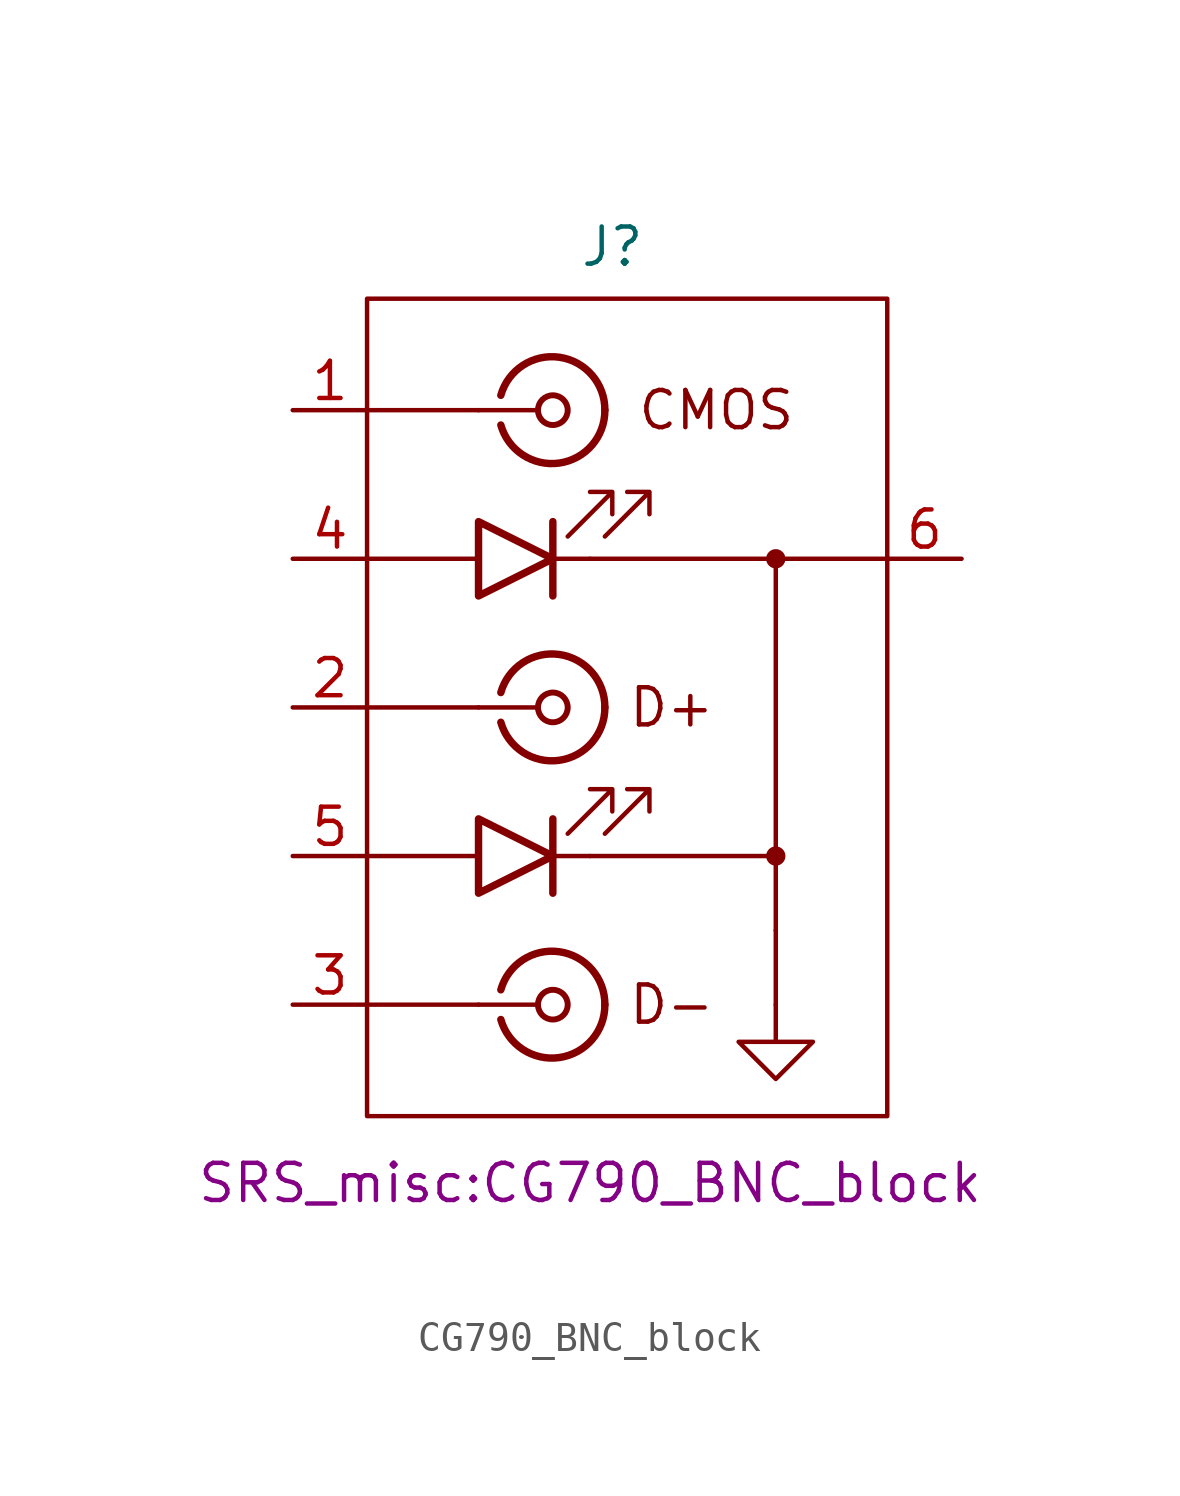
<source format=kicad_sym>
(kicad_symbol_lib
  (version 20231120)
  (generator "kicad_symbol_editor")
  (generator_version "8.0")
  (symbol "CG790_BNC_block"
    (property "Reference" "J"
      (at 17.272 -0.762 0)
      (effects (font (size 1.27 1.27))))
    (property "Value" ""
      (at 15.24 -6.35 0)
      (effects (font (size 1.27 1.27))))
    (property "Footprint" "SRS_misc:CG790_BNC_block"
      (at 16.51 -32.766 0)
      (effects (font (size 1.27 1.27))))
    (symbol "CG790_BNC_block_0_1"
      (polyline (pts (xy 12.7 -26.67) (xy 14.732 -26.67)) (stroke (width 0) (type default)) (fill (type none)))
      (polyline (pts (xy 12.7 -16.51) (xy 14.732 -16.51)) (stroke (width 0) (type default)) (fill (type none)))
      (polyline (pts (xy 12.7 -6.35) (xy 14.732 -6.35)) (stroke (width 0) (type default)) (fill (type none)))
      (polyline (pts (xy 15.24 -20.32) (xy 15.24 -22.86)) (stroke (width 0.254) (type default)) (fill (type none)))
      (polyline (pts (xy 15.24 -10.16) (xy 15.24 -12.7)) (stroke (width 0.254) (type default)) (fill (type none)))
      (polyline (pts (xy 16.51 -21.59) (xy 22.86 -21.59)) (stroke (width 0) (type default)) (fill (type none)))
      (polyline (pts (xy 16.51 -11.43) (xy 22.86 -11.43) (xy 22.86 -24.13)) (stroke (width 0) (type default)) (fill (type none)))
      (polyline (pts (xy 12.7 -20.32) (xy 12.7 -22.86) (xy 15.24 -21.59) (xy 12.7 -20.32)) (stroke (width 0.254) (type default)) (fill (type none)))
      (polyline (pts (xy 12.7 -10.16) (xy 12.7 -12.7) (xy 15.24 -11.43) (xy 12.7 -10.16)) (stroke (width 0.254) (type default)) (fill (type none)))
      (polyline (pts (xy 15.748 -20.828) (xy 17.272 -19.304) (xy 16.51 -19.304) (xy 17.272 -19.304) (xy 17.272 -20.066)) (stroke (width 0) (type default)) (fill (type none)))
      (polyline (pts (xy 15.748 -10.668) (xy 17.272 -9.144) (xy 16.51 -9.144) (xy 17.272 -9.144) (xy 17.272 -9.906)) (stroke (width 0) (type default)) (fill (type none)))
      (polyline (pts (xy 17.018 -20.828) (xy 18.542 -19.304) (xy 17.78 -19.304) (xy 18.542 -19.304) (xy 18.542 -20.066)) (stroke (width 0) (type default)) (fill (type none)))
      (polyline (pts (xy 17.018 -10.668) (xy 18.542 -9.144) (xy 17.78 -9.144) (xy 18.542 -9.144) (xy 18.542 -9.906)) (stroke (width 0) (type default)) (fill (type none)))
      (polyline (pts (xy 22.86 -26.67) (xy 22.86 -27.94) (xy 24.13 -27.94) (xy 22.86 -29.21) (xy 21.59 -27.94) (xy 22.86 -27.94)) (stroke (width 0) (type default)) (fill (type none)))
      (rectangle (start 8.89 -2.54) (end 26.67 -30.48) (stroke (width 0) (type default)) (fill (type none)))
      (arc (start 13.462 -27.178) (mid 15.462 -28.478) (end 17.018 -26.67) (stroke (width 0.254) (type default)) (fill (type none)))
      (arc (start 13.462 -17.018) (mid 15.462 -18.318) (end 17.018 -16.51) (stroke (width 0.254) (type default)) (fill (type none)))
      (arc (start 13.462 -6.858) (mid 15.462 -8.158) (end 17.018 -6.35) (stroke (width 0.254) (type default)) (fill (type none)))
      (circle (center 15.24 -26.67) (radius 0.508) (stroke (width 0.203) (type default)) (fill (type none)))
      (circle (center 15.24 -16.51) (radius 0.508) (stroke (width 0.203) (type default)) (fill (type none)))
      (circle (center 15.24 -6.35) (radius 0.508) (stroke (width 0.203) (type default)) (fill (type none)))
      (arc (start 17.018 -26.67) (mid 15.4621 -24.8617) (end 13.462 -26.162) (stroke (width 0.254) (type default)) (fill (type none)))
      (arc (start 17.018 -16.51) (mid 15.4621 -14.7017) (end 13.462 -16.002) (stroke (width 0.254) (type default)) (fill (type none)))
      (arc (start 17.018 -6.35) (mid 15.4621 -4.5417) (end 13.462 -5.842) (stroke (width 0.254) (type default)) (fill (type none))))
    (symbol "CG790_BNC_block_1_1"
      (polyline (pts (xy 12.7 -26.67) (xy 8.89 -26.67)) (stroke (width 0) (type default)) (fill (type none)))
      (polyline (pts (xy 12.7 -21.59) (xy 8.89 -21.59)) (stroke (width 0) (type default)) (fill (type none)))
      (polyline (pts (xy 12.7 -16.51) (xy 8.89 -16.51)) (stroke (width 0) (type default)) (fill (type none)))
      (polyline (pts (xy 12.7 -11.43) (xy 8.89 -11.43)) (stroke (width 0) (type default)) (fill (type none)))
      (polyline (pts (xy 12.7 -6.35) (xy 8.89 -6.35)) (stroke (width 0) (type default)) (fill (type none)))
      (polyline (pts (xy 15.24 -21.59) (xy 16.51 -21.59)) (stroke (width 0) (type default)) (fill (type none)))
      (polyline (pts (xy 15.24 -11.43) (xy 16.51 -11.43)) (stroke (width 0) (type default)) (fill (type none)))
      (polyline (pts (xy 22.86 -24.13) (xy 22.86 -26.67)) (stroke (width 0) (type default)) (fill (type none)))
      (polyline (pts (xy 22.86 -11.43) (xy 26.67 -11.43)) (stroke (width 0) (type default)) (fill (type none)))
      (circle (center 22.86 -21.59) (radius 0.254) (stroke (width 0) (type default)) (fill (type outline)))
      (circle (center 22.86 -11.43) (radius 0.254) (stroke (width 0) (type default)) (fill (type outline)))
      (text "CMOS" (at 20.828 -6.35 0) (effects (font (size 1.27 1.27))))
      (text "D+" (at 19.304 -16.51 0) (effects (font (size 1.27 1.27))))
      (text "D-" (at 19.304 -26.67 0) (effects (font (size 1.27 1.27))))
      (pin passive line (at 6.35 -6.35 0) (length 2.54) (name "" (effects (font (size 1.27 1.27)))) (number "1" (effects (font (size 1.27 1.27)))))
      (pin passive line (at 6.35 -16.51 0) (length 2.54) (name "" (effects (font (size 1.27 1.27)))) (number "2" (effects (font (size 1.27 1.27)))))
      (pin passive line (at 6.35 -26.67 0) (length 2.54) (name "" (effects (font (size 1.27 1.27)))) (number "3" (effects (font (size 1.27 1.27)))))
      (pin passive line (at 6.35 -11.43 0) (length 2.54) (name "" (effects (font (size 1.27 1.27)))) (number "4" (effects (font (size 1.27 1.27)))))
      (pin passive line (at 6.35 -21.59 0) (length 2.54) (name "" (effects (font (size 1.27 1.27)))) (number "5" (effects (font (size 1.27 1.27)))))
      (pin passive line (at 29.21 -11.43 180) (length 2.54) (name "" (effects (font (size 1.27 1.27)))) (number "6" (effects (font (size 1.27 1.27))))))))
</source>
